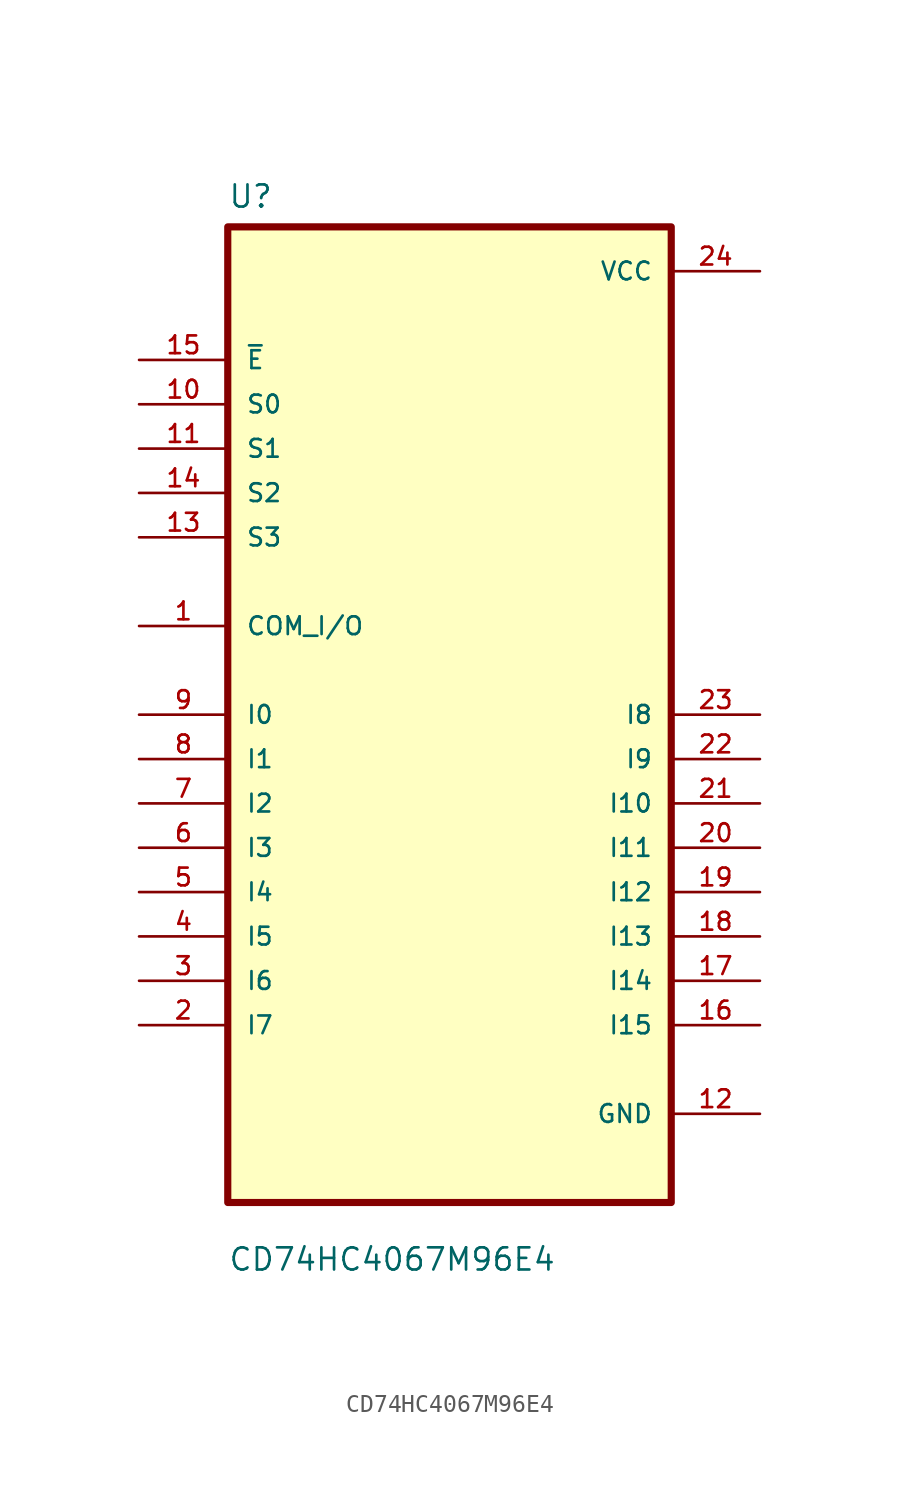
<source format=kicad_sym>
(kicad_symbol_lib
  (version 20211014)
  (generator kicad_symbol_editor)
  (symbol "CD74HC4067M96E4"
    (pin_names
      (offset 1.016))
    (property "Reference" "U"
      (at -12.7 28.94 0.0)
      (effects (font (size 1.27 1.27)) (justify bottom left)))
    (property "Value" "CD74HC4067M96E4"
      (at -12.7 -31.94 0.0)
      (effects (font (size 1.27 1.27)) (justify bottom left)))
    (symbol "CD74HC4067M96E4_0_0"
      (rectangle (start -12.7 -27.94) (end 12.7 27.94) (stroke (width 0.41)) (fill (type background)))
      (pin input line (at -17.78 20.32 0) (length 5.08) (name "~{E}" (effects (font (size 1.016 1.016)))) (number "15" (effects (font (size 1.016 1.016)))))
      (pin input line (at -17.78 17.78 0) (length 5.08) (name "S0" (effects (font (size 1.016 1.016)))) (number "10" (effects (font (size 1.016 1.016)))))
      (pin input line (at -17.78 15.24 0) (length 5.08) (name "S1" (effects (font (size 1.016 1.016)))) (number "11" (effects (font (size 1.016 1.016)))))
      (pin input line (at -17.78 12.7 0) (length 5.08) (name "S2" (effects (font (size 1.016 1.016)))) (number "14" (effects (font (size 1.016 1.016)))))
      (pin input line (at -17.78 10.16 0) (length 5.08) (name "S3" (effects (font (size 1.016 1.016)))) (number "13" (effects (font (size 1.016 1.016)))))
      (pin bidirectional line (at -17.78 5.08 0) (length 5.08) (name "COM_I/O" (effects (font (size 1.016 1.016)))) (number "1" (effects (font (size 1.016 1.016)))))
      (pin bidirectional line (at -17.78 3.55271e-15 0) (length 5.08) (name "I0" (effects (font (size 1.016 1.016)))) (number "9" (effects (font (size 1.016 1.016)))))
      (pin bidirectional line (at -17.78 -2.54 0) (length 5.08) (name "I1" (effects (font (size 1.016 1.016)))) (number "8" (effects (font (size 1.016 1.016)))))
      (pin bidirectional line (at -17.78 -5.08 0) (length 5.08) (name "I2" (effects (font (size 1.016 1.016)))) (number "7" (effects (font (size 1.016 1.016)))))
      (pin bidirectional line (at -17.78 -7.62 0) (length 5.08) (name "I3" (effects (font (size 1.016 1.016)))) (number "6" (effects (font (size 1.016 1.016)))))
      (pin bidirectional line (at -17.78 -10.16 0) (length 5.08) (name "I4" (effects (font (size 1.016 1.016)))) (number "5" (effects (font (size 1.016 1.016)))))
      (pin bidirectional line (at -17.78 -12.7 0) (length 5.08) (name "I5" (effects (font (size 1.016 1.016)))) (number "4" (effects (font (size 1.016 1.016)))))
      (pin bidirectional line (at -17.78 -15.24 0) (length 5.08) (name "I6" (effects (font (size 1.016 1.016)))) (number "3" (effects (font (size 1.016 1.016)))))
      (pin bidirectional line (at -17.78 -17.78 0) (length 5.08) (name "I7" (effects (font (size 1.016 1.016)))) (number "2" (effects (font (size 1.016 1.016)))))
      (pin power_in line (at 17.78 25.4 180.0) (length 5.08) (name "VCC" (effects (font (size 1.016 1.016)))) (number "24" (effects (font (size 1.016 1.016)))))
      (pin bidirectional line (at 17.78 0.0 180.0) (length 5.08) (name "I8" (effects (font (size 1.016 1.016)))) (number "23" (effects (font (size 1.016 1.016)))))
      (pin bidirectional line (at 17.78 -2.54 180.0) (length 5.08) (name "I9" (effects (font (size 1.016 1.016)))) (number "22" (effects (font (size 1.016 1.016)))))
      (pin bidirectional line (at 17.78 -5.08 180.0) (length 5.08) (name "I10" (effects (font (size 1.016 1.016)))) (number "21" (effects (font (size 1.016 1.016)))))
      (pin bidirectional line (at 17.78 -7.62 180.0) (length 5.08) (name "I11" (effects (font (size 1.016 1.016)))) (number "20" (effects (font (size 1.016 1.016)))))
      (pin bidirectional line (at 17.78 -10.16 180.0) (length 5.08) (name "I12" (effects (font (size 1.016 1.016)))) (number "19" (effects (font (size 1.016 1.016)))))
      (pin bidirectional line (at 17.78 -12.7 180.0) (length 5.08) (name "I13" (effects (font (size 1.016 1.016)))) (number "18" (effects (font (size 1.016 1.016)))))
      (pin bidirectional line (at 17.78 -15.24 180.0) (length 5.08) (name "I14" (effects (font (size 1.016 1.016)))) (number "17" (effects (font (size 1.016 1.016)))))
      (pin bidirectional line (at 17.78 -17.78 180.0) (length 5.08) (name "I15" (effects (font (size 1.016 1.016)))) (number "16" (effects (font (size 1.016 1.016)))))
      (pin power_in line (at 17.78 -22.86 180.0) (length 5.08) (name "GND" (effects (font (size 1.016 1.016)))) (number "12" (effects (font (size 1.016 1.016))))))))
</source>
